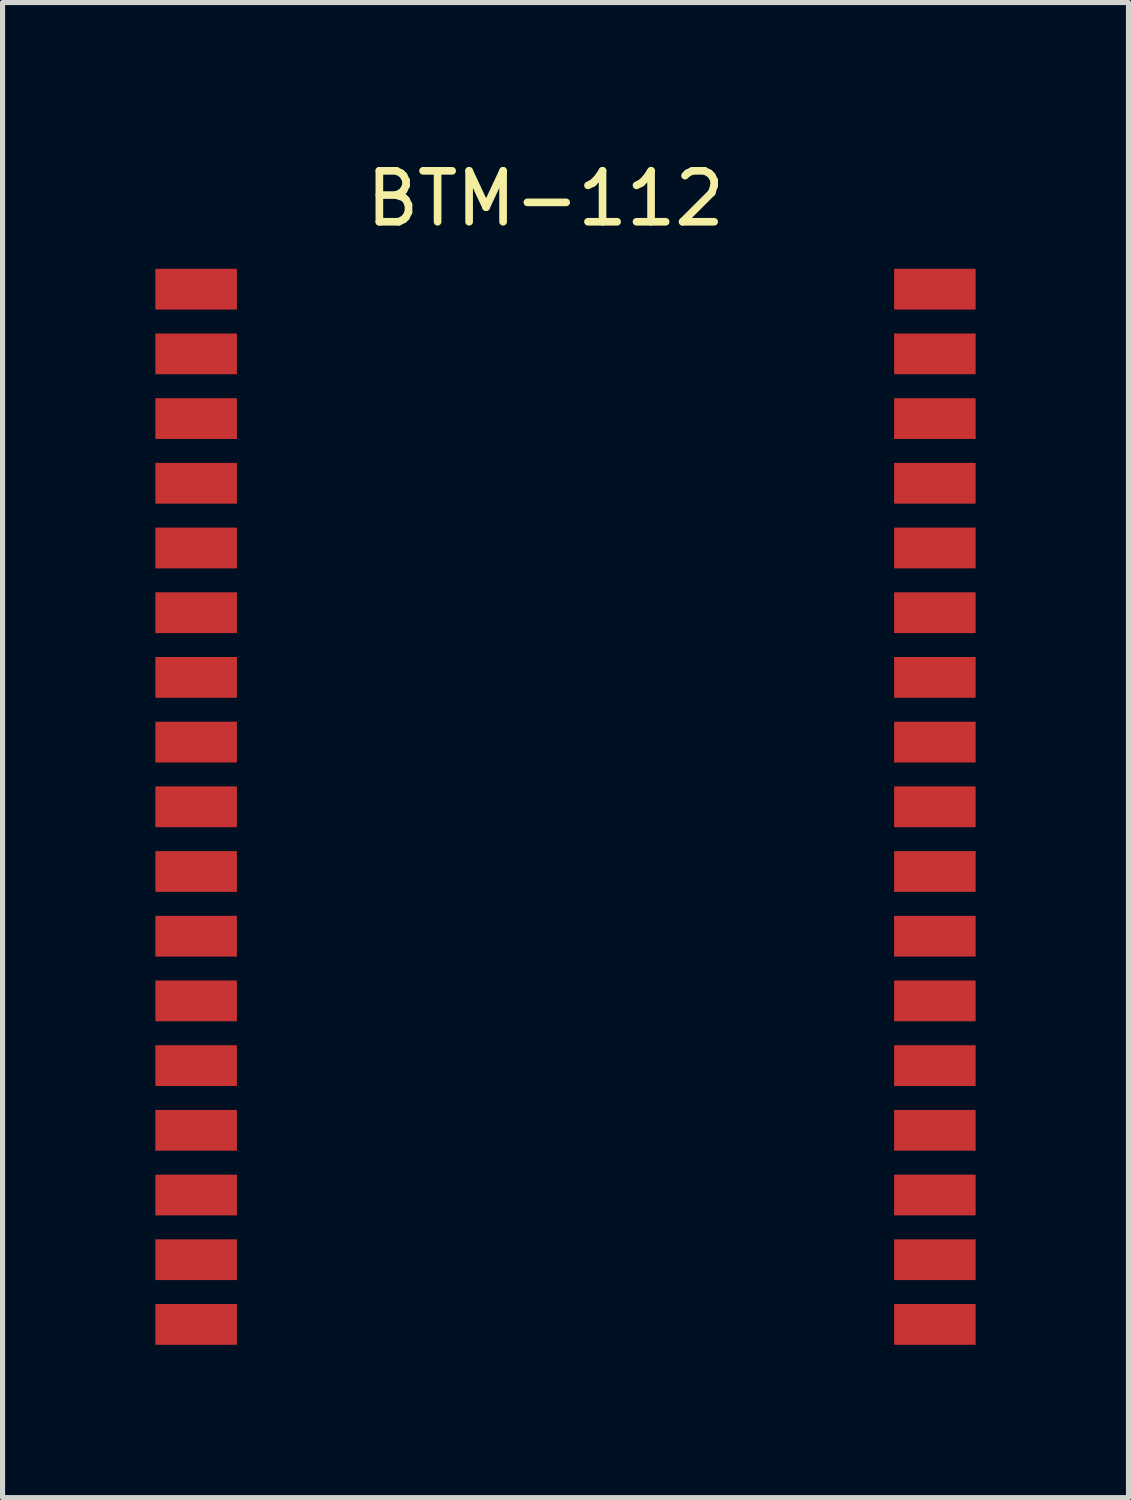
<source format=kicad_pcb>
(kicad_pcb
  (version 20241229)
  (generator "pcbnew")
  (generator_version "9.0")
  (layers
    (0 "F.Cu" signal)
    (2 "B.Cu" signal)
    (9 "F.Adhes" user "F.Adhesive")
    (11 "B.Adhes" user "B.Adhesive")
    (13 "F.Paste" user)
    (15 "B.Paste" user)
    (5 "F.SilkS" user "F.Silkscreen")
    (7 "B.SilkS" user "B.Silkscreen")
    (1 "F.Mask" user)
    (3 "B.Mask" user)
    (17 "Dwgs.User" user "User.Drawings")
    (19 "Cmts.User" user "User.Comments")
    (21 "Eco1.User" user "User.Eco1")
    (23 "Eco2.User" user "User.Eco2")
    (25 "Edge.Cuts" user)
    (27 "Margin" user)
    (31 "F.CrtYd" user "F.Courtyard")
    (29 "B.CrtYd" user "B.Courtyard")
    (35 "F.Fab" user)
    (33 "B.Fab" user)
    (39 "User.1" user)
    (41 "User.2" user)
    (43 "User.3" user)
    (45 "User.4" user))
  (footprint "BTM-112"
    (layer "F.Cu")
    (at 0.8 2.626)
    (property "Reference" "BTM-112" (at 6.858 -1.778 0) (layer "F.SilkS") (effects (font (size 1 1) (thickness 0.15))))
    (attr through_hole)
    (pad "1" smd rect (at 0 0) (size 1.6 0.8) (layers "F.Cu" "F.Mask" "F.Paste"))
    (pad "2" smd rect (at 0 1.27) (size 1.6 0.8) (layers "F.Cu" "F.Mask" "F.Paste"))
    (pad "3" smd rect (at 0 2.54) (size 1.6 0.8) (layers "F.Cu" "F.Mask" "F.Paste"))
    (pad "4" smd rect (at 0 3.81) (size 1.6 0.8) (layers "F.Cu" "F.Mask" "F.Paste"))
    (pad "5" smd rect (at 0 5.08) (size 1.6 0.8) (layers "F.Cu" "F.Mask" "F.Paste"))
    (pad "6" smd rect (at 0 6.35) (size 1.6 0.8) (layers "F.Cu" "F.Mask" "F.Paste"))
    (pad "7" smd rect (at 0 7.62) (size 1.6 0.8) (layers "F.Cu" "F.Mask" "F.Paste"))
    (pad "8" smd rect (at 0 8.89) (size 1.6 0.8) (layers "F.Cu" "F.Mask" "F.Paste"))
    (pad "9" smd rect (at 0 10.16) (size 1.6 0.8) (layers "F.Cu" "F.Mask" "F.Paste"))
    (pad "10" smd rect (at 0 11.43) (size 1.6 0.8) (layers "F.Cu" "F.Mask" "F.Paste"))
    (pad "11" smd rect (at 0 12.7) (size 1.6 0.8) (layers "F.Cu" "F.Mask" "F.Paste"))
    (pad "12" smd rect (at 0 13.97) (size 1.6 0.8) (layers "F.Cu" "F.Mask" "F.Paste"))
    (pad "13" smd rect (at 0 15.24) (size 1.6 0.8) (layers "F.Cu" "F.Mask" "F.Paste"))
    (pad "14" smd rect (at 0 16.51) (size 1.6 0.8) (layers "F.Cu" "F.Mask" "F.Paste"))
    (pad "15" smd rect (at 0 17.78) (size 1.6 0.8) (layers "F.Cu" "F.Mask" "F.Paste"))
    (pad "16" smd rect (at 0 19.05) (size 1.6 0.8) (layers "F.Cu" "F.Mask" "F.Paste"))
    (pad "17" smd rect (at 0 20.32) (size 1.6 0.8) (layers "F.Cu" "F.Mask" "F.Paste"))
    (pad "18" smd rect (at 14.5 20.32) (size 1.6 0.8) (layers "F.Cu" "F.Mask" "F.Paste"))
    (pad "19" smd rect (at 14.5 19.05) (size 1.6 0.8) (layers "F.Cu" "F.Mask" "F.Paste"))
    (pad "20" smd rect (at 14.5 17.78) (size 1.6 0.8) (layers "F.Cu" "F.Mask" "F.Paste"))
    (pad "21" smd rect (at 14.5 16.51) (size 1.6 0.8) (layers "F.Cu" "F.Mask" "F.Paste"))
    (pad "22" smd rect (at 14.5 15.24) (size 1.6 0.8) (layers "F.Cu" "F.Mask" "F.Paste"))
    (pad "23" smd rect (at 14.5 13.97) (size 1.6 0.8) (layers "F.Cu" "F.Mask" "F.Paste"))
    (pad "24" smd rect (at 14.5 12.7) (size 1.6 0.8) (layers "F.Cu" "F.Mask" "F.Paste"))
    (pad "25" smd rect (at 14.5 11.43) (size 1.6 0.8) (layers "F.Cu" "F.Mask" "F.Paste"))
    (pad "26" smd rect (at 14.5 10.16) (size 1.6 0.8) (layers "F.Cu" "F.Mask" "F.Paste"))
    (pad "27" smd rect (at 14.5 8.89) (size 1.6 0.8) (layers "F.Cu" "F.Mask" "F.Paste"))
    (pad "28" smd rect (at 14.5 7.62) (size 1.6 0.8) (layers "F.Cu" "F.Mask" "F.Paste"))
    (pad "29" smd rect (at 14.5 6.35) (size 1.6 0.8) (layers "F.Cu" "F.Mask" "F.Paste"))
    (pad "30" smd rect (at 14.5 5.08) (size 1.6 0.8) (layers "F.Cu" "F.Mask" "F.Paste"))
    (pad "31" smd rect (at 14.5 3.81) (size 1.6 0.8) (layers "F.Cu" "F.Mask" "F.Paste"))
    (pad "32" smd rect (at 14.5 2.54) (size 1.6 0.8) (layers "F.Cu" "F.Mask" "F.Paste"))
    (pad "33" smd rect (at 14.5 1.27) (size 1.6 0.8) (layers "F.Cu" "F.Mask" "F.Paste"))
    (pad "34" smd rect (at 14.5 0) (size 1.6 0.8) (layers "F.Cu" "F.Mask" "F.Paste")))
  (gr_rect
    (start -3 -3)
    (end 19.1 26.346)
    (stroke (width 0.1) (type default))
    (fill no)
    (layer "Edge.Cuts")))
</source>
